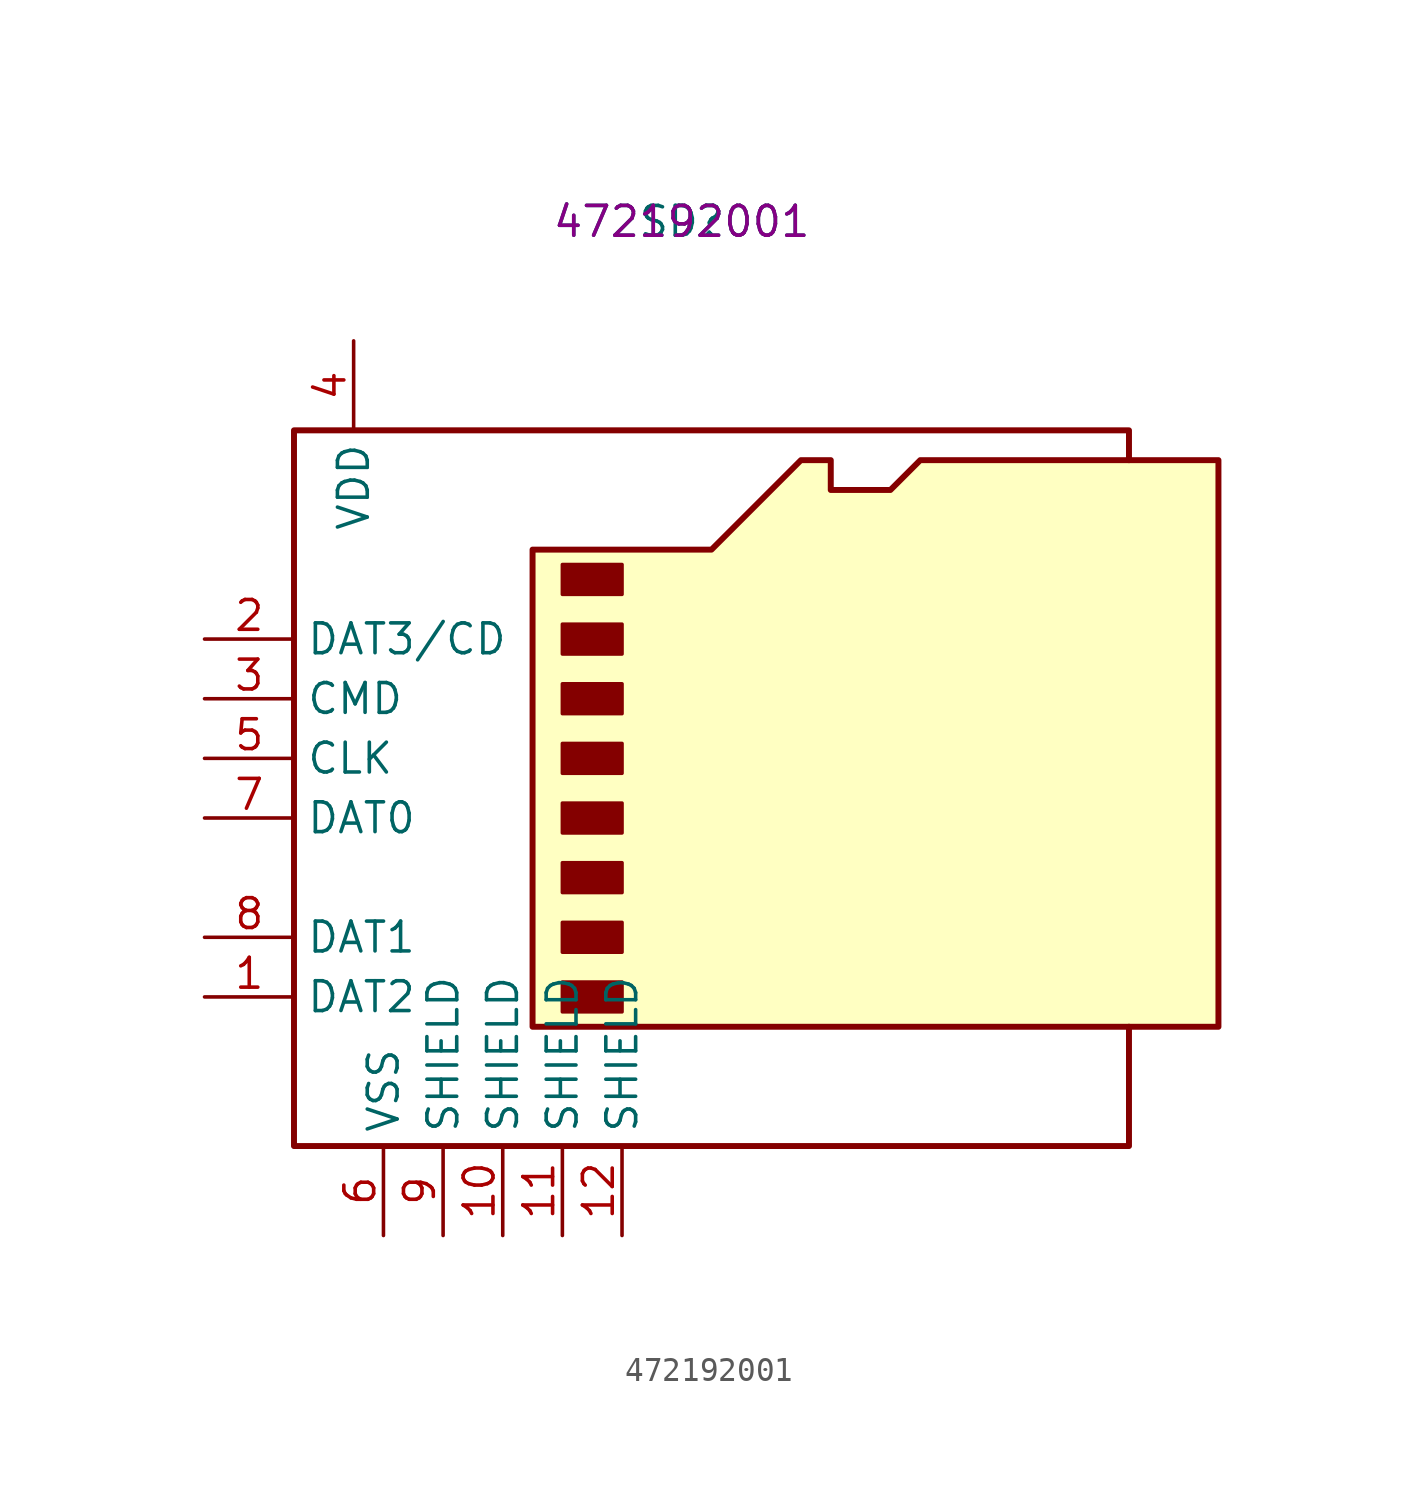
<source format=kicad_sym>
(kicad_symbol_lib
  (version 20211014)
  (generator kicad_symbol_editor)
  (symbol "472192001"
    (property "Reference" "SD"
      (at 0 0 0)
      (effects (font (size 1.27 1.27))))
    (property "Value" "472192001"
      (at 0 0 0)
      (effects (font (size 1.27 1.27))))
    (property "part_number" "472192001"
      (at 0 0 0)
      (effects (font (size 1.27 1.27))))
    (symbol "472192001_0_1"
      (rectangle (start -5.08 -32.385) (end -2.54 -33.655) (stroke (width 0) (type default) (color 0 0 0 0)) (fill (type outline)))
      (rectangle (start -5.08 -29.845) (end -2.54 -31.115) (stroke (width 0) (type default) (color 0 0 0 0)) (fill (type outline)))
      (rectangle (start -5.08 -27.305) (end -2.54 -28.575) (stroke (width 0) (type default) (color 0 0 0 0)) (fill (type outline)))
      (rectangle (start -5.08 -24.765) (end -2.54 -26.035) (stroke (width 0) (type default) (color 0 0 0 0)) (fill (type outline)))
      (rectangle (start -5.08 -22.225) (end -2.54 -23.495) (stroke (width 0) (type default) (color 0 0 0 0)) (fill (type outline)))
      (rectangle (start -5.08 -19.685) (end -2.54 -20.955) (stroke (width 0) (type default) (color 0 0 0 0)) (fill (type outline)))
      (rectangle (start -5.08 -17.145) (end -2.54 -18.415) (stroke (width 0) (type default) (color 0 0 0 0)) (fill (type outline)))
      (rectangle (start -5.08 -14.605) (end -2.54 -15.875) (stroke (width 0) (type default) (color 0 0 0 0)) (fill (type outline)))
      (polyline (pts (xy 19.05 -10.16) (xy 19.05 -8.89) (xy -16.51 -8.89) (xy -16.51 -39.37) (xy 19.05 -39.37) (xy 19.05 -34.29)) (stroke (width 0.254) (type default) (color 0 0 0 0)) (fill (type none)))
      (polyline (pts (xy -6.35 -34.29) (xy -6.35 -13.97) (xy 1.27 -13.97) (xy 5.08 -10.16) (xy 6.35 -10.16) (xy 6.35 -11.43) (xy 8.89 -11.43) (xy 10.16 -10.16) (xy 22.86 -10.16) (xy 22.86 -34.29) (xy -6.35 -34.29)) (stroke (width 0.254) (type default) (color 0 0 0 0)) (fill (type background))))
    (symbol "472192001_1_1"
      (pin bidirectional line (at -20.32 -33.02 0) (length 3.81) (name "DAT2" (effects (font (size 1.27 1.27)))) (number "1" (effects (font (size 1.27 1.27)))))
      (pin passive line (at -7.62 -43.18 90) (length 3.81) (name "SHIELD" (effects (font (size 1.27 1.27)))) (number "10" (effects (font (size 1.27 1.27)))))
      (pin passive line (at -5.08 -43.18 90) (length 3.81) (name "SHIELD" (effects (font (size 1.27 1.27)))) (number "11" (effects (font (size 1.27 1.27)))))
      (pin passive line (at -2.54 -43.18 90) (length 3.81) (name "SHIELD" (effects (font (size 1.27 1.27)))) (number "12" (effects (font (size 1.27 1.27)))))
      (pin bidirectional line (at -20.32 -17.78 0) (length 3.81) (name "DAT3/CD" (effects (font (size 1.27 1.27)))) (number "2" (effects (font (size 1.27 1.27)))))
      (pin input line (at -20.32 -20.32 0) (length 3.81) (name "CMD" (effects (font (size 1.27 1.27)))) (number "3" (effects (font (size 1.27 1.27)))))
      (pin power_in line (at -13.97 -5.08 270) (length 3.81) (name "VDD" (effects (font (size 1.27 1.27)))) (number "4" (effects (font (size 1.27 1.27)))))
      (pin input line (at -20.32 -22.86 0) (length 3.81) (name "CLK" (effects (font (size 1.27 1.27)))) (number "5" (effects (font (size 1.27 1.27)))))
      (pin power_in line (at -12.7 -43.18 90) (length 3.81) (name "VSS" (effects (font (size 1.27 1.27)))) (number "6" (effects (font (size 1.27 1.27)))))
      (pin bidirectional line (at -20.32 -25.4 0) (length 3.81) (name "DAT0" (effects (font (size 1.27 1.27)))) (number "7" (effects (font (size 1.27 1.27)))))
      (pin bidirectional line (at -20.32 -30.48 0) (length 3.81) (name "DAT1" (effects (font (size 1.27 1.27)))) (number "8" (effects (font (size 1.27 1.27)))))
      (pin passive line (at -10.16 -43.18 90) (length 3.81) (name "SHIELD" (effects (font (size 1.27 1.27)))) (number "9" (effects (font (size 1.27 1.27))))))))
</source>
